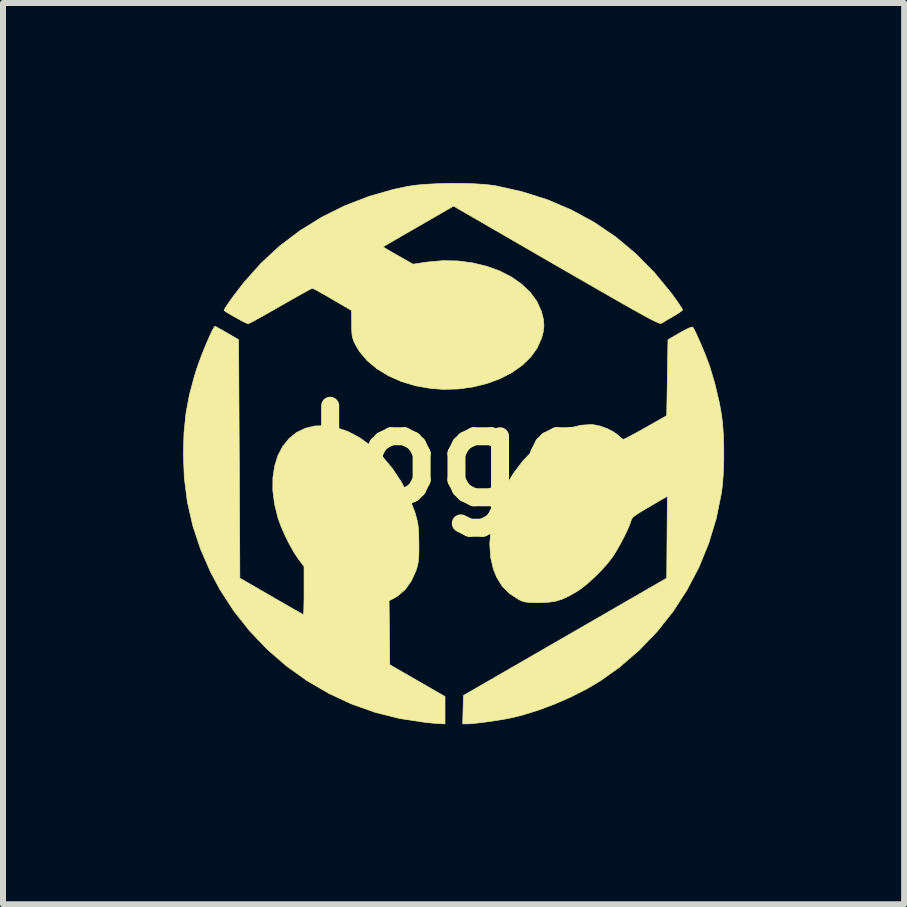
<source format=kicad_pcb>
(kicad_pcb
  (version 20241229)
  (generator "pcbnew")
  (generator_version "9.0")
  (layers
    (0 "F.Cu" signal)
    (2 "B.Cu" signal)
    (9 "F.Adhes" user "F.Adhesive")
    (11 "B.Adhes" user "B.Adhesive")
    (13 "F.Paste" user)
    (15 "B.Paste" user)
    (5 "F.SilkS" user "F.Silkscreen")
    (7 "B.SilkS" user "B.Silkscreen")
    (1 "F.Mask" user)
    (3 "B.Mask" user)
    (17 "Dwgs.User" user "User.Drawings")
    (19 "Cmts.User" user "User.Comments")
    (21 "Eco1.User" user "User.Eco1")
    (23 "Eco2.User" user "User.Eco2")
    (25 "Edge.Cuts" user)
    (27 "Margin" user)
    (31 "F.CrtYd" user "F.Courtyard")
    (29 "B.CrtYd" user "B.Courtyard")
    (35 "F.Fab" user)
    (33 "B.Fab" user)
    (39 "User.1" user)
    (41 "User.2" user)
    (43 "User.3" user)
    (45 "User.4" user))
  (footprint "logo"
    (layer "F.Cu")
    (at 4.556 4.546)
    (property "Reference" "logo" (at 0 0 0) (layer "F.SilkS") (effects (font (size 1.524 1.524) (thickness 0.3))))
    (attr through_hole)
    (fp_poly (pts (xy -4.001 -2.149) (xy -3.951 -2.121) (xy -3.88 -2.081) (xy -3.821 -2.047) (xy -3.63 -1.936) (xy -3.619 0.051) (xy -3.609 2.037) (xy -3.083 2.341) (xy -2.948 2.419) (xy -2.825 2.49) (xy -2.719 2.551) (xy -2.635 2.598) (xy -2.577 2.631) (xy -2.55 2.645) (xy -2.549 2.646) (xy -2.546 2.626) (xy -2.544 2.57) (xy -2.542 2.485) (xy -2.54 2.377) (xy -2.54 2.252) (xy -2.54 2.244) (xy -2.54 1.842) (xy -2.625 1.731) (xy -2.699 1.622) (xy -2.777 1.485) (xy -2.853 1.335) (xy -2.919 1.185) (xy -2.969 1.049) (xy -2.971 1.045) (xy -3.031 0.805) (xy -3.06 0.578) (xy -3.059 0.365) (xy -3.03 0.17) (xy -2.975 -0.006) (xy -2.894 -0.16) (xy -2.79 -0.288) (xy -2.665 -0.39) (xy -2.519 -0.46) (xy -2.355 -0.499) (xy -2.174 -0.502) (xy -2.016 -0.476) (xy -1.808 -0.406) (xy -1.606 -0.298) (xy -1.411 -0.156) (xy -1.229 0.017) (xy -1.063 0.217) (xy -0.916 0.439) (xy -0.792 0.68) (xy -0.694 0.936) (xy -0.686 0.964) (xy -0.662 1.047) (xy -0.646 1.12) (xy -0.635 1.195) (xy -0.63 1.284) (xy -0.627 1.398) (xy -0.626 1.46) (xy -0.626 1.588) (xy -0.629 1.683) (xy -0.635 1.756) (xy -0.646 1.817) (xy -0.663 1.877) (xy -0.673 1.909) (xy -0.752 2.085) (xy -0.854 2.227) (xy -0.98 2.336) (xy -1.043 2.372) (xy -1.123 2.414) (xy -1.117 2.947) (xy -1.111 3.48) (xy -0.651 3.745) (xy -0.191 4.01) (xy -0.191 4.466) (xy -0.259 4.463) (xy -0.312 4.46) (xy -0.392 4.453) (xy -0.485 4.445) (xy -0.519 4.441) (xy -0.941 4.378) (xy -1.352 4.275) (xy -1.75 4.134) (xy -2.131 3.956) (xy -2.494 3.744) (xy -2.835 3.5) (xy -3.153 3.224) (xy -3.445 2.919) (xy -3.709 2.586) (xy -3.941 2.228) (xy -4.097 1.937) (xy -4.265 1.552) (xy -4.393 1.166) (xy -4.483 0.773) (xy -4.535 0.367) (xy -4.551 -0.039) (xy -4.54 -0.384) (xy -4.508 -0.705) (xy -4.45 -1.016) (xy -4.366 -1.331) (xy -4.327 -1.454) (xy -4.29 -1.56) (xy -4.247 -1.675) (xy -4.201 -1.791) (xy -4.154 -1.902) (xy -4.111 -2.001) (xy -4.073 -2.081) (xy -4.043 -2.136) (xy -4.025 -2.159) (xy -4.024 -2.159) (xy -4.001 -2.149)) (stroke (width 0.01) (type solid)) (fill yes) (layer "F.SilkS"))
    (fp_poly (pts (xy 3.937 -2.146) (xy 3.956 -2.116) (xy 3.987 -2.054) (xy 4.026 -1.969) (xy 4.07 -1.869) (xy 4.115 -1.762) (xy 4.158 -1.656) (xy 4.195 -1.559) (xy 4.216 -1.503) (xy 4.305 -1.205) (xy 4.38 -0.886) (xy 4.416 -0.688) (xy 4.435 -0.53) (xy 4.448 -0.342) (xy 4.454 -0.136) (xy 4.454 0.077) (xy 4.447 0.283) (xy 4.433 0.472) (xy 4.416 0.612) (xy 4.329 1.042) (xy 4.203 1.457) (xy 4.04 1.857) (xy 3.84 2.237) (xy 3.607 2.596) (xy 3.34 2.932) (xy 3.042 3.241) (xy 2.715 3.523) (xy 2.402 3.746) (xy 2.175 3.881) (xy 1.918 4.012) (xy 1.645 4.132) (xy 1.369 4.236) (xy 1.101 4.319) (xy 0.936 4.36) (xy 0.833 4.381) (xy 0.71 4.402) (xy 0.579 4.422) (xy 0.448 4.44) (xy 0.33 4.454) (xy 0.234 4.464) (xy 0.178 4.466) (xy 0.104 4.466) (xy 0.11 4.229) (xy 0.116 3.992) (xy 3.503 2.037) (xy 3.514 0.673) (xy 3.413 0.731) (xy 3.267 0.816) (xy 3.153 0.883) (xy 3.067 0.935) (xy 3.005 0.974) (xy 2.963 1.004) (xy 2.937 1.027) (xy 2.922 1.047) (xy 2.914 1.065) (xy 2.911 1.074) (xy 2.887 1.144) (xy 2.846 1.24) (xy 2.793 1.35) (xy 2.732 1.465) (xy 2.67 1.575) (xy 2.612 1.668) (xy 2.602 1.683) (xy 2.52 1.789) (xy 2.417 1.905) (xy 2.302 2.02) (xy 2.184 2.127) (xy 2.075 2.214) (xy 2.004 2.262) (xy 1.872 2.336) (xy 1.76 2.388) (xy 1.655 2.421) (xy 1.543 2.438) (xy 1.412 2.445) (xy 1.376 2.445) (xy 1.266 2.444) (xy 1.188 2.44) (xy 1.131 2.432) (xy 1.085 2.417) (xy 1.039 2.395) (xy 1.037 2.394) (xy 0.884 2.294) (xy 0.763 2.173) (xy 0.671 2.025) (xy 0.616 1.891) (xy 0.568 1.685) (xy 0.555 1.463) (xy 0.574 1.23) (xy 0.625 0.992) (xy 0.705 0.754) (xy 0.812 0.52) (xy 0.945 0.298) (xy 1.101 0.09) (xy 1.279 -0.097) (xy 1.355 -0.163) (xy 1.528 -0.291) (xy 1.711 -0.393) (xy 1.896 -0.468) (xy 2.076 -0.511) (xy 2.244 -0.522) (xy 2.29 -0.518) (xy 2.396 -0.496) (xy 2.507 -0.456) (xy 2.61 -0.404) (xy 2.69 -0.348) (xy 2.708 -0.331) (xy 2.748 -0.294) (xy 2.779 -0.276) (xy 2.782 -0.275) (xy 2.807 -0.285) (xy 2.862 -0.313) (xy 2.942 -0.356) (xy 3.04 -0.409) (xy 3.15 -0.471) (xy 3.154 -0.473) (xy 3.503 -0.671) (xy 3.514 -1.303) (xy 3.524 -1.936) (xy 3.721 -2.05) (xy 3.809 -2.098) (xy 3.879 -2.132) (xy 3.924 -2.147) (xy 3.937 -2.146)) (stroke (width 0.01) (type solid)) (fill yes) (layer "F.SilkS"))
    (fp_poly (pts (xy 0.101 -4.54) (xy 0.295 -4.534) (xy 0.47 -4.523) (xy 0.615 -4.507) (xy 0.645 -4.502) (xy 1.09 -4.403) (xy 1.514 -4.269) (xy 1.915 -4.098) (xy 2.294 -3.892) (xy 2.651 -3.65) (xy 2.984 -3.372) (xy 3.293 -3.06) (xy 3.579 -2.713) (xy 3.649 -2.617) (xy 3.7 -2.544) (xy 3.74 -2.483) (xy 3.764 -2.443) (xy 3.768 -2.433) (xy 3.751 -2.415) (xy 3.705 -2.382) (xy 3.64 -2.341) (xy 3.614 -2.326) (xy 3.537 -2.281) (xy 3.47 -2.241) (xy 3.425 -2.214) (xy 3.418 -2.21) (xy 3.408 -2.207) (xy 3.392 -2.208) (xy 3.368 -2.216) (xy 3.334 -2.23) (xy 3.286 -2.252) (xy 3.224 -2.284) (xy 3.145 -2.326) (xy 3.047 -2.38) (xy 2.927 -2.447) (xy 2.783 -2.528) (xy 2.614 -2.625) (xy 2.417 -2.738) (xy 2.189 -2.869) (xy 1.929 -3.019) (xy 1.663 -3.172) (xy -0.049 -4.162) (xy -0.633 -3.825) (xy -0.776 -3.743) (xy -0.906 -3.668) (xy -1.019 -3.602) (xy -1.112 -3.548) (xy -1.179 -3.509) (xy -1.216 -3.487) (xy -1.222 -3.484) (xy -1.207 -3.472) (xy -1.161 -3.444) (xy -1.091 -3.403) (xy -1.004 -3.353) (xy -0.975 -3.337) (xy -0.724 -3.194) (xy -0.484 -3.23) (xy -0.227 -3.253) (xy 0.025 -3.248) (xy 0.269 -3.216) (xy 0.502 -3.16) (xy 0.718 -3.082) (xy 0.914 -2.982) (xy 1.086 -2.862) (xy 1.229 -2.725) (xy 1.341 -2.573) (xy 1.416 -2.406) (xy 1.418 -2.398) (xy 1.449 -2.275) (xy 1.458 -2.168) (xy 1.444 -2.059) (xy 1.418 -1.962) (xy 1.345 -1.797) (xy 1.236 -1.645) (xy 1.094 -1.508) (xy 0.923 -1.388) (xy 0.728 -1.287) (xy 0.513 -1.207) (xy 0.281 -1.149) (xy 0.037 -1.115) (xy -0.216 -1.108) (xy -0.427 -1.123) (xy -0.68 -1.167) (xy -0.917 -1.238) (xy -1.133 -1.334) (xy -1.325 -1.451) (xy -1.488 -1.587) (xy -1.617 -1.74) (xy -1.687 -1.859) (xy -1.714 -1.919) (xy -1.732 -1.973) (xy -1.742 -2.033) (xy -1.746 -2.113) (xy -1.747 -2.201) (xy -1.749 -2.423) (xy -2.065 -2.607) (xy -2.169 -2.668) (xy -2.262 -2.72) (xy -2.335 -2.761) (xy -2.384 -2.786) (xy -2.4 -2.793) (xy -2.423 -2.783) (xy -2.477 -2.755) (xy -2.558 -2.71) (xy -2.662 -2.652) (xy -2.782 -2.584) (xy -2.915 -2.508) (xy -2.932 -2.498) (xy -3.067 -2.421) (xy -3.19 -2.351) (xy -3.297 -2.292) (xy -3.382 -2.245) (xy -3.442 -2.214) (xy -3.471 -2.201) (xy -3.472 -2.201) (xy -3.499 -2.211) (xy -3.551 -2.236) (xy -3.619 -2.272) (xy -3.694 -2.314) (xy -3.766 -2.355) (xy -3.826 -2.391) (xy -3.865 -2.417) (xy -3.873 -2.426) (xy -3.861 -2.452) (xy -3.827 -2.505) (xy -3.777 -2.578) (xy -3.714 -2.665) (xy -3.643 -2.759) (xy -3.57 -2.853) (xy -3.535 -2.897) (xy -3.256 -3.21) (xy -2.947 -3.496) (xy -2.61 -3.751) (xy -2.249 -3.975) (xy -1.866 -4.166) (xy -1.463 -4.322) (xy -1.044 -4.442) (xy -0.804 -4.492) (xy -0.665 -4.512) (xy -0.495 -4.526) (xy -0.304 -4.536) (xy -0.102 -4.541) (xy 0.101 -4.54)) (stroke (width 0.01) (type solid)) (fill yes) (layer "F.SilkS")))
  (gr_rect
    (start -3 -3)
    (end 12.015 12.017)
    (stroke (width 0.1) (type default))
    (fill no)
    (layer "Edge.Cuts")))
</source>
